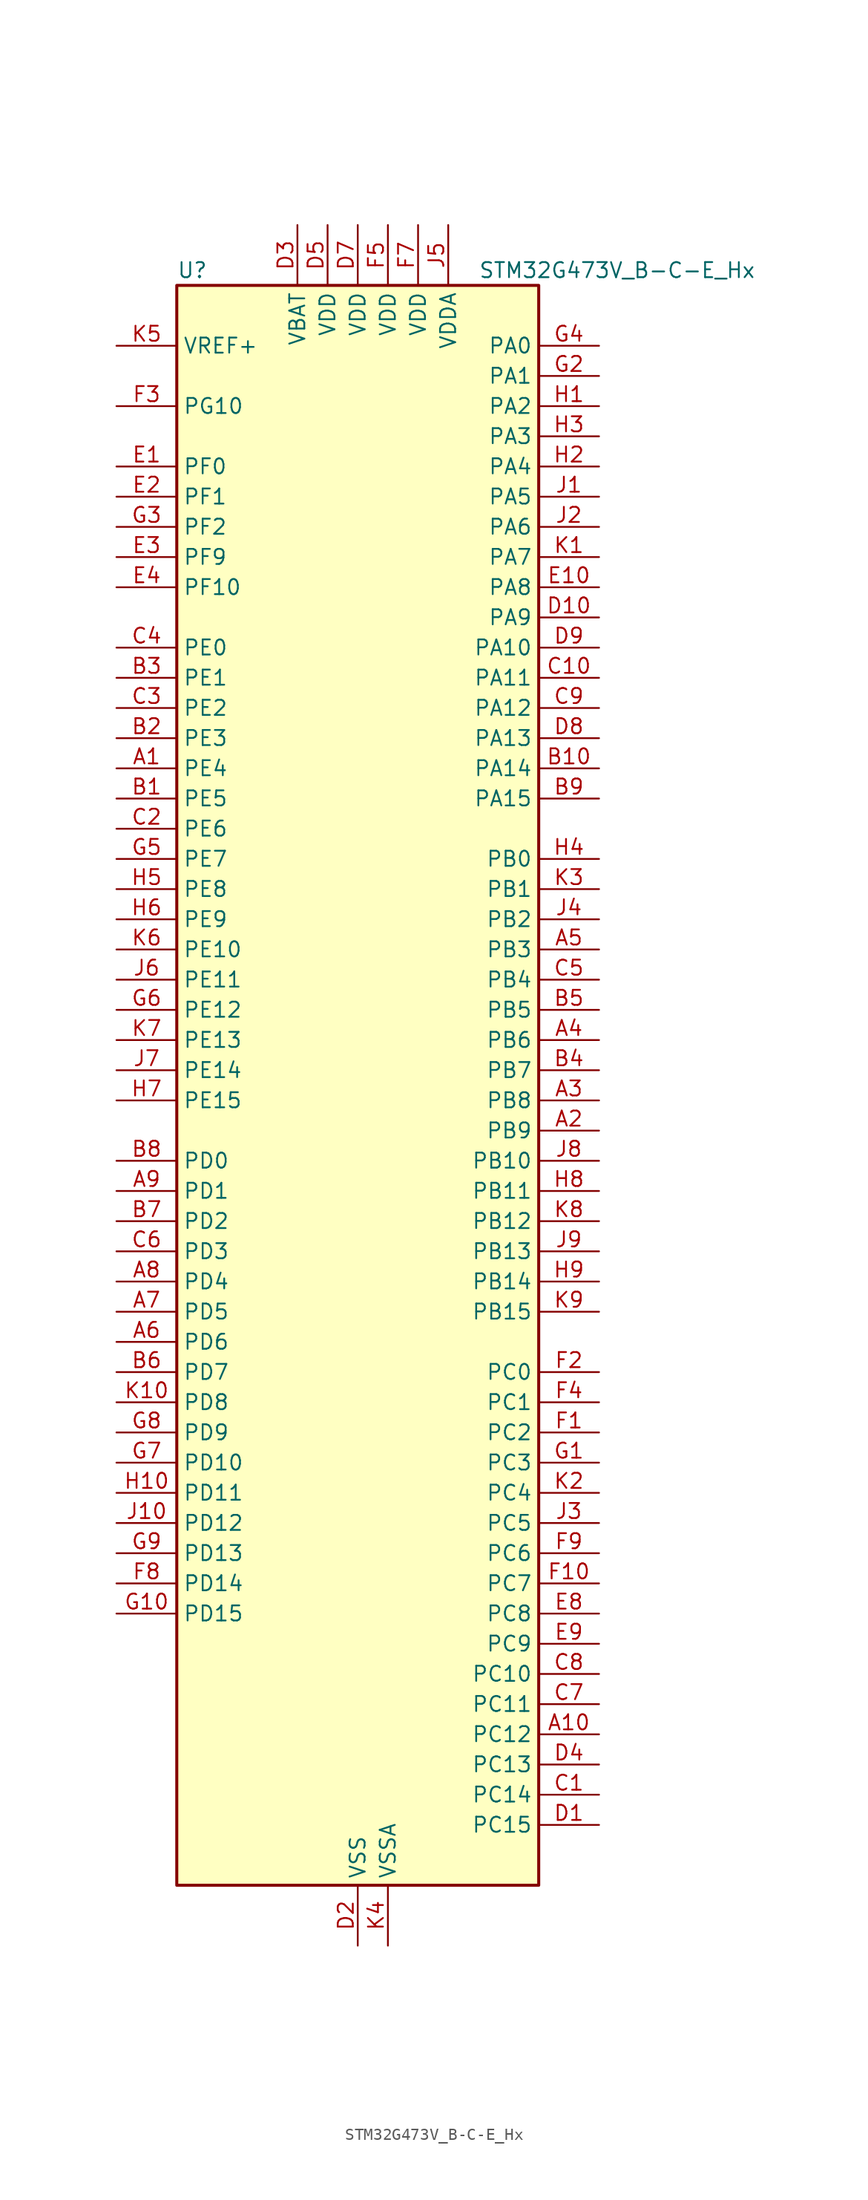
<source format=kicad_sym>
(kicad_symbol_lib
  (version 20241209)
  (generator "kicad_symbol_editor")
  (generator_version "9.0")
  (symbol "STM32G473V_B-C-E_Hx"
    (property "Reference" "U"
      (at -15.24 69.85 0)
      (effects (font (size 1.27 1.27)) (justify left)))
    (property "Value" "STM32G473V_B-C-E_Hx"
      (at 10.16 69.85 0)
      (effects (font (size 1.27 1.27)) (justify left)))
    (symbol "STM32G473V_B-C-E_Hx_0_1"
      (rectangle (start -15.24 -66.04) (end 15.24 68.58) (stroke (width 0.254) (type default)) (fill (type background))))
    (symbol "STM32G473V_B-C-E_Hx_1_1"
      (pin input line (at -20.32 63.5 0) (length 5.08) (name "VREF+" (effects (font (size 1.27 1.27)))) (number "K5" (effects (font (size 1.27 1.27)))) (alternate "VREFBUF_OUT" bidirectional line))
      (pin bidirectional line (at -20.32 58.42 0) (length 5.08) (name "PG10" (effects (font (size 1.27 1.27)))) (number "F3" (effects (font (size 1.27 1.27)))) (alternate "DAC1_EXTI10" bidirectional line) (alternate "DAC2_EXTI10" bidirectional line) (alternate "DAC3_EXTI10" bidirectional line) (alternate "DAC4_EXTI10" bidirectional line) (alternate "RCC_MCO" bidirectional line))
      (pin bidirectional line (at -20.32 53.34 0) (length 5.08) (name "PF0" (effects (font (size 1.27 1.27)))) (number "E1" (effects (font (size 1.27 1.27)))) (alternate "ADC1_IN10" bidirectional line) (alternate "I2C2_SDA" bidirectional line) (alternate "I2S2_WS" bidirectional line) (alternate "RCC_OSC_IN" bidirectional line) (alternate "SPI2_NSS" bidirectional line) (alternate "TIM1_CH3N" bidirectional line))
      (pin bidirectional line (at -20.32 50.8 0) (length 5.08) (name "PF1" (effects (font (size 1.27 1.27)))) (number "E2" (effects (font (size 1.27 1.27)))) (alternate "ADC2_IN10" bidirectional line) (alternate "COMP3_INM" bidirectional line) (alternate "I2S2_CK" bidirectional line) (alternate "RCC_OSC_OUT" bidirectional line) (alternate "SPI2_SCK" bidirectional line))
      (pin bidirectional line (at -20.32 48.26 0) (length 5.08) (name "PF2" (effects (font (size 1.27 1.27)))) (number "G3" (effects (font (size 1.27 1.27)))) (alternate "ADC3_EXTI2" bidirectional line) (alternate "ADC4_EXTI2" bidirectional line) (alternate "ADC5_EXTI2" bidirectional line) (alternate "FMC_A2" bidirectional line) (alternate "I2C2_SMBA" bidirectional line) (alternate "TIM20_CH3" bidirectional line))
      (pin bidirectional line (at -20.32 45.72 0) (length 5.08) (name "PF9" (effects (font (size 1.27 1.27)))) (number "E3" (effects (font (size 1.27 1.27)))) (alternate "DAC1_EXTI9" bidirectional line) (alternate "DAC2_EXTI9" bidirectional line) (alternate "DAC3_EXTI9" bidirectional line) (alternate "DAC4_EXTI9" bidirectional line) (alternate "FMC_A25" bidirectional line) (alternate "QUADSPI1_BK1_IO1" bidirectional line) (alternate "SAI1_FS_B" bidirectional line) (alternate "SPI2_SCK" bidirectional line) (alternate "TIM15_CH1" bidirectional line) (alternate "TIM20_BKIN" bidirectional line) (alternate "TIM5_CH4" bidirectional line))
      (pin bidirectional line (at -20.32 43.18 0) (length 5.08) (name "PF10" (effects (font (size 1.27 1.27)))) (number "E4" (effects (font (size 1.27 1.27)))) (alternate "DAC1_EXTI10" bidirectional line) (alternate "DAC2_EXTI10" bidirectional line) (alternate "DAC3_EXTI10" bidirectional line) (alternate "DAC4_EXTI10" bidirectional line) (alternate "FMC_A0" bidirectional line) (alternate "QUADSPI1_CLK" bidirectional line) (alternate "SAI1_D3" bidirectional line) (alternate "SPI2_SCK" bidirectional line) (alternate "TIM15_CH2" bidirectional line) (alternate "TIM20_BKIN2" bidirectional line))
      (pin bidirectional line (at -20.32 38.1 0) (length 5.08) (name "PE0" (effects (font (size 1.27 1.27)))) (number "C4" (effects (font (size 1.27 1.27)))) (alternate "FMC_NBL0" bidirectional line) (alternate "TIM16_CH1" bidirectional line) (alternate "TIM20_CH4N" bidirectional line) (alternate "TIM20_ETR" bidirectional line) (alternate "TIM4_ETR" bidirectional line) (alternate "USART1_TX" bidirectional line))
      (pin bidirectional line (at -20.32 35.56 0) (length 5.08) (name "PE1" (effects (font (size 1.27 1.27)))) (number "B3" (effects (font (size 1.27 1.27)))) (alternate "FMC_NBL1" bidirectional line) (alternate "TIM17_CH1" bidirectional line) (alternate "TIM20_CH4" bidirectional line) (alternate "USART1_RX" bidirectional line))
      (pin bidirectional line (at -20.32 33.02 0) (length 5.08) (name "PE2" (effects (font (size 1.27 1.27)))) (number "C3" (effects (font (size 1.27 1.27)))) (alternate "ADC3_EXTI2" bidirectional line) (alternate "ADC4_EXTI2" bidirectional line) (alternate "ADC5_EXTI2" bidirectional line) (alternate "FMC_A23" bidirectional line) (alternate "SAI1_CK1" bidirectional line) (alternate "SAI1_MCLK_A" bidirectional line) (alternate "SPI4_SCK" bidirectional line) (alternate "SYS_TRACECLK" bidirectional line) (alternate "TIM20_CH1" bidirectional line) (alternate "TIM3_CH1" bidirectional line))
      (pin bidirectional line (at -20.32 30.48 0) (length 5.08) (name "PE3" (effects (font (size 1.27 1.27)))) (number "B2" (effects (font (size 1.27 1.27)))) (alternate "ADC3_EXTI3" bidirectional line) (alternate "ADC4_EXTI3" bidirectional line) (alternate "ADC5_EXTI3" bidirectional line) (alternate "FMC_A19" bidirectional line) (alternate "SAI1_SD_B" bidirectional line) (alternate "SPI4_NSS" bidirectional line) (alternate "SYS_TRACED0" bidirectional line) (alternate "TIM20_CH2" bidirectional line) (alternate "TIM3_CH2" bidirectional line))
      (pin bidirectional line (at -20.32 27.94 0) (length 5.08) (name "PE4" (effects (font (size 1.27 1.27)))) (number "A1" (effects (font (size 1.27 1.27)))) (alternate "FMC_A20" bidirectional line) (alternate "SAI1_D2" bidirectional line) (alternate "SAI1_FS_A" bidirectional line) (alternate "SPI4_NSS" bidirectional line) (alternate "SYS_TRACED1" bidirectional line) (alternate "TIM20_CH1N" bidirectional line) (alternate "TIM3_CH3" bidirectional line))
      (pin bidirectional line (at -20.32 25.4 0) (length 5.08) (name "PE5" (effects (font (size 1.27 1.27)))) (number "B1" (effects (font (size 1.27 1.27)))) (alternate "FMC_A21" bidirectional line) (alternate "SAI1_CK2" bidirectional line) (alternate "SAI1_SCK_A" bidirectional line) (alternate "SPI4_MISO" bidirectional line) (alternate "SYS_TRACED2" bidirectional line) (alternate "TIM20_CH2N" bidirectional line) (alternate "TIM3_CH4" bidirectional line))
      (pin bidirectional line (at -20.32 22.86 0) (length 5.08) (name "PE6" (effects (font (size 1.27 1.27)))) (number "C2" (effects (font (size 1.27 1.27)))) (alternate "FMC_A22" bidirectional line) (alternate "RTC_TAMP3" bidirectional line) (alternate "SAI1_D1" bidirectional line) (alternate "SAI1_SD_A" bidirectional line) (alternate "SPI4_MOSI" bidirectional line) (alternate "SYS_TRACED3" bidirectional line) (alternate "SYS_WKUP3" bidirectional line) (alternate "TIM20_CH3N" bidirectional line))
      (pin bidirectional line (at -20.32 20.32 0) (length 5.08) (name "PE7" (effects (font (size 1.27 1.27)))) (number "G5" (effects (font (size 1.27 1.27)))) (alternate "ADC3_IN4" bidirectional line) (alternate "COMP4_INP" bidirectional line) (alternate "FMC_D4" bidirectional line) (alternate "FMC_DA4" bidirectional line) (alternate "SAI1_SD_B" bidirectional line) (alternate "TIM1_ETR" bidirectional line))
      (pin bidirectional line (at -20.32 17.78 0) (length 5.08) (name "PE8" (effects (font (size 1.27 1.27)))) (number "H5" (effects (font (size 1.27 1.27)))) (alternate "ADC3_IN6" bidirectional line) (alternate "ADC4_IN6" bidirectional line) (alternate "ADC5_IN6" bidirectional line) (alternate "COMP4_INM" bidirectional line) (alternate "FMC_D5" bidirectional line) (alternate "FMC_DA5" bidirectional line) (alternate "SAI1_SCK_B" bidirectional line) (alternate "TIM1_CH1N" bidirectional line) (alternate "TIM5_CH3" bidirectional line))
      (pin bidirectional line (at -20.32 15.24 0) (length 5.08) (name "PE9" (effects (font (size 1.27 1.27)))) (number "H6" (effects (font (size 1.27 1.27)))) (alternate "ADC3_IN2" bidirectional line) (alternate "DAC1_EXTI9" bidirectional line) (alternate "DAC2_EXTI9" bidirectional line) (alternate "DAC3_EXTI9" bidirectional line) (alternate "DAC4_EXTI9" bidirectional line) (alternate "FMC_D6" bidirectional line) (alternate "FMC_DA6" bidirectional line) (alternate "SAI1_FS_B" bidirectional line) (alternate "TIM1_CH1" bidirectional line) (alternate "TIM5_CH4" bidirectional line))
      (pin bidirectional line (at -20.32 12.7 0) (length 5.08) (name "PE10" (effects (font (size 1.27 1.27)))) (number "K6" (effects (font (size 1.27 1.27)))) (alternate "ADC3_IN14" bidirectional line) (alternate "ADC4_IN14" bidirectional line) (alternate "ADC5_IN14" bidirectional line) (alternate "DAC1_EXTI10" bidirectional line) (alternate "DAC2_EXTI10" bidirectional line) (alternate "DAC3_EXTI10" bidirectional line) (alternate "DAC4_EXTI10" bidirectional line) (alternate "FMC_D7" bidirectional line) (alternate "FMC_DA7" bidirectional line) (alternate "QUADSPI1_CLK" bidirectional line) (alternate "SAI1_MCLK_B" bidirectional line) (alternate "TIM1_CH2N" bidirectional line))
      (pin bidirectional line (at -20.32 10.16 0) (length 5.08) (name "PE11" (effects (font (size 1.27 1.27)))) (number "J6" (effects (font (size 1.27 1.27)))) (alternate "ADC1_EXTI11" bidirectional line) (alternate "ADC2_EXTI11" bidirectional line) (alternate "ADC3_IN15" bidirectional line) (alternate "ADC4_IN15" bidirectional line) (alternate "ADC5_IN15" bidirectional line) (alternate "FMC_D8" bidirectional line) (alternate "FMC_DA8" bidirectional line) (alternate "QUADSPI1_BK1_NCS" bidirectional line) (alternate "SPI4_NSS" bidirectional line) (alternate "TIM1_CH2" bidirectional line))
      (pin bidirectional line (at -20.32 7.62 0) (length 5.08) (name "PE12" (effects (font (size 1.27 1.27)))) (number "G6" (effects (font (size 1.27 1.27)))) (alternate "ADC3_IN16" bidirectional line) (alternate "ADC4_IN16" bidirectional line) (alternate "ADC5_IN16" bidirectional line) (alternate "FMC_D9" bidirectional line) (alternate "FMC_DA9" bidirectional line) (alternate "QUADSPI1_BK1_IO0" bidirectional line) (alternate "SPI4_SCK" bidirectional line) (alternate "TIM1_CH3N" bidirectional line))
      (pin bidirectional line (at -20.32 5.08 0) (length 5.08) (name "PE13" (effects (font (size 1.27 1.27)))) (number "K7" (effects (font (size 1.27 1.27)))) (alternate "ADC3_IN3" bidirectional line) (alternate "FMC_D10" bidirectional line) (alternate "FMC_DA10" bidirectional line) (alternate "QUADSPI1_BK1_IO1" bidirectional line) (alternate "SPI4_MISO" bidirectional line) (alternate "TIM1_CH3" bidirectional line))
      (pin bidirectional line (at -20.32 2.54 0) (length 5.08) (name "PE14" (effects (font (size 1.27 1.27)))) (number "J7" (effects (font (size 1.27 1.27)))) (alternate "ADC4_IN1" bidirectional line) (alternate "FMC_D11" bidirectional line) (alternate "FMC_DA11" bidirectional line) (alternate "QUADSPI1_BK1_IO2" bidirectional line) (alternate "SPI4_MOSI" bidirectional line) (alternate "TIM1_BKIN2" bidirectional line) (alternate "TIM1_CH4" bidirectional line))
      (pin bidirectional line (at -20.32 0 0) (length 5.08) (name "PE15" (effects (font (size 1.27 1.27)))) (number "H7" (effects (font (size 1.27 1.27)))) (alternate "ADC1_EXTI15" bidirectional line) (alternate "ADC2_EXTI15" bidirectional line) (alternate "ADC4_IN2" bidirectional line) (alternate "FMC_D12" bidirectional line) (alternate "FMC_DA12" bidirectional line) (alternate "QUADSPI1_BK1_IO3" bidirectional line) (alternate "TIM1_BKIN" bidirectional line) (alternate "TIM1_CH4N" bidirectional line) (alternate "USART3_RX" bidirectional line))
      (pin bidirectional line (at -20.32 -5.08 0) (length 5.08) (name "PD0" (effects (font (size 1.27 1.27)))) (number "B8" (effects (font (size 1.27 1.27)))) (alternate "FDCAN1_RX" bidirectional line) (alternate "FMC_D2" bidirectional line) (alternate "FMC_DA2" bidirectional line) (alternate "TIM8_CH4N" bidirectional line))
      (pin bidirectional line (at -20.32 -7.62 0) (length 5.08) (name "PD1" (effects (font (size 1.27 1.27)))) (number "A9" (effects (font (size 1.27 1.27)))) (alternate "FDCAN1_TX" bidirectional line) (alternate "FMC_D3" bidirectional line) (alternate "FMC_DA3" bidirectional line) (alternate "TIM8_BKIN2" bidirectional line) (alternate "TIM8_CH4" bidirectional line))
      (pin bidirectional line (at -20.32 -10.16 0) (length 5.08) (name "PD2" (effects (font (size 1.27 1.27)))) (number "B7" (effects (font (size 1.27 1.27)))) (alternate "ADC3_EXTI2" bidirectional line) (alternate "ADC4_EXTI2" bidirectional line) (alternate "ADC5_EXTI2" bidirectional line) (alternate "TIM3_ETR" bidirectional line) (alternate "TIM8_BKIN" bidirectional line) (alternate "UART5_RX" bidirectional line))
      (pin bidirectional line (at -20.32 -12.7 0) (length 5.08) (name "PD3" (effects (font (size 1.27 1.27)))) (number "C6" (effects (font (size 1.27 1.27)))) (alternate "ADC3_EXTI3" bidirectional line) (alternate "ADC4_EXTI3" bidirectional line) (alternate "ADC5_EXTI3" bidirectional line) (alternate "FMC_CLK" bidirectional line) (alternate "QUADSPI1_BK2_NCS" bidirectional line) (alternate "TIM2_CH1" bidirectional line) (alternate "TIM2_ETR" bidirectional line) (alternate "USART2_CTS" bidirectional line) (alternate "USART2_NSS" bidirectional line))
      (pin bidirectional line (at -20.32 -15.24 0) (length 5.08) (name "PD4" (effects (font (size 1.27 1.27)))) (number "A8" (effects (font (size 1.27 1.27)))) (alternate "FMC_NOE" bidirectional line) (alternate "QUADSPI1_BK2_IO0" bidirectional line) (alternate "TIM2_CH2" bidirectional line) (alternate "USART2_DE" bidirectional line) (alternate "USART2_RTS" bidirectional line))
      (pin bidirectional line (at -20.32 -17.78 0) (length 5.08) (name "PD5" (effects (font (size 1.27 1.27)))) (number "A7" (effects (font (size 1.27 1.27)))) (alternate "FMC_NWE" bidirectional line) (alternate "QUADSPI1_BK2_IO1" bidirectional line) (alternate "USART2_TX" bidirectional line))
      (pin bidirectional line (at -20.32 -20.32 0) (length 5.08) (name "PD6" (effects (font (size 1.27 1.27)))) (number "A6" (effects (font (size 1.27 1.27)))) (alternate "FMC_NWAIT" bidirectional line) (alternate "QUADSPI1_BK2_IO2" bidirectional line) (alternate "SAI1_D1" bidirectional line) (alternate "SAI1_SD_A" bidirectional line) (alternate "TIM2_CH4" bidirectional line) (alternate "USART2_RX" bidirectional line))
      (pin bidirectional line (at -20.32 -22.86 0) (length 5.08) (name "PD7" (effects (font (size 1.27 1.27)))) (number "B6" (effects (font (size 1.27 1.27)))) (alternate "FMC_NCE" bidirectional line) (alternate "FMC_NE1" bidirectional line) (alternate "QUADSPI1_BK2_IO3" bidirectional line) (alternate "TIM2_CH3" bidirectional line) (alternate "USART2_CK" bidirectional line))
      (pin bidirectional line (at -20.32 -25.4 0) (length 5.08) (name "PD8" (effects (font (size 1.27 1.27)))) (number "K10" (effects (font (size 1.27 1.27)))) (alternate "ADC4_IN12" bidirectional line) (alternate "ADC5_IN12" bidirectional line) (alternate "FMC_D13" bidirectional line) (alternate "FMC_DA13" bidirectional line) (alternate "OPAMP4_VINM" bidirectional line) (alternate "OPAMP4_VINM1" bidirectional line) (alternate "OPAMP4_VINM_SEC" bidirectional line) (alternate "USART3_TX" bidirectional line))
      (pin bidirectional line (at -20.32 -27.94 0) (length 5.08) (name "PD9" (effects (font (size 1.27 1.27)))) (number "G8" (effects (font (size 1.27 1.27)))) (alternate "ADC4_IN13" bidirectional line) (alternate "ADC5_IN13" bidirectional line) (alternate "DAC1_EXTI9" bidirectional line) (alternate "DAC2_EXTI9" bidirectional line) (alternate "DAC3_EXTI9" bidirectional line) (alternate "DAC4_EXTI9" bidirectional line) (alternate "FMC_D14" bidirectional line) (alternate "FMC_DA14" bidirectional line) (alternate "OPAMP6_VINP" bidirectional line) (alternate "OPAMP6_VINP_SEC" bidirectional line) (alternate "USART3_RX" bidirectional line))
      (pin bidirectional line (at -20.32 -30.48 0) (length 5.08) (name "PD10" (effects (font (size 1.27 1.27)))) (number "G7" (effects (font (size 1.27 1.27)))) (alternate "ADC3_IN7" bidirectional line) (alternate "ADC4_IN7" bidirectional line) (alternate "ADC5_IN7" bidirectional line) (alternate "COMP6_INM" bidirectional line) (alternate "DAC1_EXTI10" bidirectional line) (alternate "DAC2_EXTI10" bidirectional line) (alternate "DAC3_EXTI10" bidirectional line) (alternate "DAC4_EXTI10" bidirectional line) (alternate "FMC_D15" bidirectional line) (alternate "FMC_DA15" bidirectional line) (alternate "USART3_CK" bidirectional line))
      (pin bidirectional line (at -20.32 -33.02 0) (length 5.08) (name "PD11" (effects (font (size 1.27 1.27)))) (number "H10" (effects (font (size 1.27 1.27)))) (alternate "ADC1_EXTI11" bidirectional line) (alternate "ADC2_EXTI11" bidirectional line) (alternate "ADC3_IN8" bidirectional line) (alternate "ADC4_IN8" bidirectional line) (alternate "ADC5_IN8" bidirectional line) (alternate "COMP6_INP" bidirectional line) (alternate "FMC_A16" bidirectional line) (alternate "FMC_CLE" bidirectional line) (alternate "I2C4_SMBA" bidirectional line) (alternate "OPAMP4_VINP" bidirectional line) (alternate "OPAMP4_VINP_SEC" bidirectional line) (alternate "TIM5_ETR" bidirectional line) (alternate "USART3_CTS" bidirectional line) (alternate "USART3_NSS" bidirectional line))
      (pin bidirectional line (at -20.32 -35.56 0) (length 5.08) (name "PD12" (effects (font (size 1.27 1.27)))) (number "J10" (effects (font (size 1.27 1.27)))) (alternate "ADC3_IN9" bidirectional line) (alternate "ADC4_IN9" bidirectional line) (alternate "ADC5_IN9" bidirectional line) (alternate "COMP5_INP" bidirectional line) (alternate "FMC_A17" bidirectional line) (alternate "FMC_ALE" bidirectional line) (alternate "OPAMP5_VINP" bidirectional line) (alternate "OPAMP5_VINP_SEC" bidirectional line) (alternate "TIM4_CH1" bidirectional line) (alternate "USART3_DE" bidirectional line) (alternate "USART3_RTS" bidirectional line))
      (pin bidirectional line (at -20.32 -38.1 0) (length 5.08) (name "PD13" (effects (font (size 1.27 1.27)))) (number "G9" (effects (font (size 1.27 1.27)))) (alternate "ADC3_IN10" bidirectional line) (alternate "ADC4_IN10" bidirectional line) (alternate "ADC5_IN10" bidirectional line) (alternate "COMP5_INM" bidirectional line) (alternate "FMC_A18" bidirectional line) (alternate "TIM4_CH2" bidirectional line))
      (pin bidirectional line (at -20.32 -40.64 0) (length 5.08) (name "PD14" (effects (font (size 1.27 1.27)))) (number "F8" (effects (font (size 1.27 1.27)))) (alternate "ADC3_IN11" bidirectional line) (alternate "ADC4_IN11" bidirectional line) (alternate "ADC5_IN11" bidirectional line) (alternate "COMP7_INP" bidirectional line) (alternate "FMC_D0" bidirectional line) (alternate "FMC_DA0" bidirectional line) (alternate "OPAMP2_VINP" bidirectional line) (alternate "OPAMP2_VINP_SEC" bidirectional line) (alternate "TIM4_CH3" bidirectional line))
      (pin bidirectional line (at -20.32 -43.18 0) (length 5.08) (name "PD15" (effects (font (size 1.27 1.27)))) (number "G10" (effects (font (size 1.27 1.27)))) (alternate "ADC1_EXTI15" bidirectional line) (alternate "ADC2_EXTI15" bidirectional line) (alternate "COMP7_INM" bidirectional line) (alternate "FMC_D1" bidirectional line) (alternate "FMC_DA1" bidirectional line) (alternate "SPI2_NSS" bidirectional line) (alternate "TIM4_CH4" bidirectional line))
      (pin power_in line (at -5.08 73.66 270) (length 5.08) (name "VBAT" (effects (font (size 1.27 1.27)))) (number "D3" (effects (font (size 1.27 1.27)))))
      (pin power_in line (at -2.54 73.66 270) (length 5.08) (name "VDD" (effects (font (size 1.27 1.27)))) (number "D5" (effects (font (size 1.27 1.27)))))
      (pin power_in line (at 0 73.66 270) (length 5.08) (name "VDD" (effects (font (size 1.27 1.27)))) (number "D7" (effects (font (size 1.27 1.27)))))
      (pin power_in line (at 0 -71.12 90) (length 5.08) (name "VSS" (effects (font (size 1.27 1.27)))) (number "D2" (effects (font (size 1.27 1.27)))))
      (pin passive line (at 0 -71.12 90) (length 5.08) (hide yes) (name "VSS" (effects (font (size 1.27 1.27)))) (number "D6" (effects (font (size 1.27 1.27)))))
      (pin passive line (at 0 -71.12 90) (length 5.08) (hide yes) (name "VSS" (effects (font (size 1.27 1.27)))) (number "E5" (effects (font (size 1.27 1.27)))))
      (pin passive line (at 0 -71.12 90) (length 5.08) (hide yes) (name "VSS" (effects (font (size 1.27 1.27)))) (number "E6" (effects (font (size 1.27 1.27)))))
      (pin passive line (at 0 -71.12 90) (length 5.08) (hide yes) (name "VSS" (effects (font (size 1.27 1.27)))) (number "E7" (effects (font (size 1.27 1.27)))))
      (pin passive line (at 0 -71.12 90) (length 5.08) (hide yes) (name "VSS" (effects (font (size 1.27 1.27)))) (number "F6" (effects (font (size 1.27 1.27)))))
      (pin power_in line (at 2.54 73.66 270) (length 5.08) (name "VDD" (effects (font (size 1.27 1.27)))) (number "F5" (effects (font (size 1.27 1.27)))))
      (pin power_in line (at 2.54 -71.12 90) (length 5.08) (name "VSSA" (effects (font (size 1.27 1.27)))) (number "K4" (effects (font (size 1.27 1.27)))))
      (pin power_in line (at 5.08 73.66 270) (length 5.08) (name "VDD" (effects (font (size 1.27 1.27)))) (number "F7" (effects (font (size 1.27 1.27)))))
      (pin power_in line (at 7.62 73.66 270) (length 5.08) (name "VDDA" (effects (font (size 1.27 1.27)))) (number "J5" (effects (font (size 1.27 1.27)))))
      (pin bidirectional line (at 20.32 63.5 180) (length 5.08) (name "PA0" (effects (font (size 1.27 1.27)))) (number "G4" (effects (font (size 1.27 1.27)))) (alternate "ADC1_IN1" bidirectional line) (alternate "ADC2_IN1" bidirectional line) (alternate "COMP1_INM" bidirectional line) (alternate "COMP1_OUT" bidirectional line) (alternate "COMP3_INP" bidirectional line) (alternate "RTC_TAMP2" bidirectional line) (alternate "SYS_WKUP1" bidirectional line) (alternate "TIM2_CH1" bidirectional line) (alternate "TIM2_ETR" bidirectional line) (alternate "TIM5_CH1" bidirectional line) (alternate "TIM8_BKIN" bidirectional line) (alternate "TIM8_ETR" bidirectional line) (alternate "USART2_CTS" bidirectional line) (alternate "USART2_NSS" bidirectional line))
      (pin bidirectional line (at 20.32 60.96 180) (length 5.08) (name "PA1" (effects (font (size 1.27 1.27)))) (number "G2" (effects (font (size 1.27 1.27)))) (alternate "ADC1_IN2" bidirectional line) (alternate "ADC2_IN2" bidirectional line) (alternate "COMP1_INP" bidirectional line) (alternate "OPAMP1_VINP" bidirectional line) (alternate "OPAMP1_VINP_SEC" bidirectional line) (alternate "OPAMP3_VINP" bidirectional line) (alternate "OPAMP3_VINP_SEC" bidirectional line) (alternate "OPAMP6_VINM" bidirectional line) (alternate "OPAMP6_VINM0" bidirectional line) (alternate "OPAMP6_VINM_SEC" bidirectional line) (alternate "RTC_REFIN" bidirectional line) (alternate "TIM15_CH1N" bidirectional line) (alternate "TIM2_CH2" bidirectional line) (alternate "TIM5_CH2" bidirectional line) (alternate "USART2_DE" bidirectional line) (alternate "USART2_RTS" bidirectional line))
      (pin bidirectional line (at 20.32 58.42 180) (length 5.08) (name "PA2" (effects (font (size 1.27 1.27)))) (number "H1" (effects (font (size 1.27 1.27)))) (alternate "ADC1_IN3" bidirectional line) (alternate "ADC3_EXTI2" bidirectional line) (alternate "ADC4_EXTI2" bidirectional line) (alternate "ADC5_EXTI2" bidirectional line) (alternate "COMP2_INM" bidirectional line) (alternate "COMP2_OUT" bidirectional line) (alternate "LPUART1_TX" bidirectional line) (alternate "OPAMP1_VOUT" bidirectional line) (alternate "QUADSPI1_BK1_NCS" bidirectional line) (alternate "RCC_LSCO" bidirectional line) (alternate "SYS_WKUP4" bidirectional line) (alternate "TIM15_CH1" bidirectional line) (alternate "TIM2_CH3" bidirectional line) (alternate "TIM5_CH3" bidirectional line) (alternate "UCPD1_FRSTX1" bidirectional line) (alternate "UCPD1_FRSTX2" bidirectional line) (alternate "USART2_TX" bidirectional line))
      (pin bidirectional line (at 20.32 55.88 180) (length 5.08) (name "PA3" (effects (font (size 1.27 1.27)))) (number "H3" (effects (font (size 1.27 1.27)))) (alternate "ADC1_IN4" bidirectional line) (alternate "ADC3_EXTI3" bidirectional line) (alternate "ADC4_EXTI3" bidirectional line) (alternate "ADC5_EXTI3" bidirectional line) (alternate "COMP2_INP" bidirectional line) (alternate "LPUART1_RX" bidirectional line) (alternate "OPAMP1_VINM" bidirectional line) (alternate "OPAMP1_VINM0" bidirectional line) (alternate "OPAMP1_VINM_SEC" bidirectional line) (alternate "OPAMP1_VINP" bidirectional line) (alternate "OPAMP1_VINP_SEC" bidirectional line) (alternate "OPAMP5_VINM" bidirectional line) (alternate "OPAMP5_VINM1" bidirectional line) (alternate "OPAMP5_VINM_SEC" bidirectional line) (alternate "QUADSPI1_CLK" bidirectional line) (alternate "SAI1_CK1" bidirectional line) (alternate "SAI1_MCLK_A" bidirectional line) (alternate "TIM15_CH2" bidirectional line) (alternate "TIM2_CH4" bidirectional line) (alternate "TIM5_CH4" bidirectional line) (alternate "USART2_RX" bidirectional line))
      (pin bidirectional line (at 20.32 53.34 180) (length 5.08) (name "PA4" (effects (font (size 1.27 1.27)))) (number "H2" (effects (font (size 1.27 1.27)))) (alternate "ADC2_IN17" bidirectional line) (alternate "COMP1_INM" bidirectional line) (alternate "DAC1_OUT1" bidirectional line) (alternate "I2S3_WS" bidirectional line) (alternate "SAI1_FS_B" bidirectional line) (alternate "SPI1_NSS" bidirectional line) (alternate "SPI3_NSS" bidirectional line) (alternate "TIM3_CH2" bidirectional line) (alternate "USART2_CK" bidirectional line))
      (pin bidirectional line (at 20.32 50.8 180) (length 5.08) (name "PA5" (effects (font (size 1.27 1.27)))) (number "J1" (effects (font (size 1.27 1.27)))) (alternate "ADC2_IN13" bidirectional line) (alternate "COMP2_INM" bidirectional line) (alternate "DAC1_OUT2" bidirectional line) (alternate "OPAMP2_VINM" bidirectional line) (alternate "OPAMP2_VINM0" bidirectional line) (alternate "OPAMP2_VINM_SEC" bidirectional line) (alternate "SPI1_SCK" bidirectional line) (alternate "TIM2_CH1" bidirectional line) (alternate "TIM2_ETR" bidirectional line) (alternate "UCPD1_FRSTX1" bidirectional line) (alternate "UCPD1_FRSTX2" bidirectional line))
      (pin bidirectional line (at 20.32 48.26 180) (length 5.08) (name "PA6" (effects (font (size 1.27 1.27)))) (number "J2" (effects (font (size 1.27 1.27)))) (alternate "ADC2_IN3" bidirectional line) (alternate "COMP1_OUT" bidirectional line) (alternate "DAC2_OUT1" bidirectional line) (alternate "LPUART1_CTS" bidirectional line) (alternate "OPAMP2_VOUT" bidirectional line) (alternate "QUADSPI1_BK1_IO3" bidirectional line) (alternate "SPI1_MISO" bidirectional line) (alternate "TIM16_CH1" bidirectional line) (alternate "TIM1_BKIN" bidirectional line) (alternate "TIM3_CH1" bidirectional line) (alternate "TIM8_BKIN" bidirectional line))
      (pin bidirectional line (at 20.32 45.72 180) (length 5.08) (name "PA7" (effects (font (size 1.27 1.27)))) (number "K1" (effects (font (size 1.27 1.27)))) (alternate "ADC2_IN4" bidirectional line) (alternate "COMP2_INP" bidirectional line) (alternate "COMP2_OUT" bidirectional line) (alternate "OPAMP1_VINP" bidirectional line) (alternate "OPAMP1_VINP_SEC" bidirectional line) (alternate "OPAMP2_VINP" bidirectional line) (alternate "OPAMP2_VINP_SEC" bidirectional line) (alternate "QUADSPI1_BK1_IO2" bidirectional line) (alternate "SPI1_MOSI" bidirectional line) (alternate "TIM17_CH1" bidirectional line) (alternate "TIM1_CH1N" bidirectional line) (alternate "TIM3_CH2" bidirectional line) (alternate "TIM8_CH1N" bidirectional line) (alternate "UCPD1_FRSTX1" bidirectional line) (alternate "UCPD1_FRSTX2" bidirectional line))
      (pin bidirectional line (at 20.32 43.18 180) (length 5.08) (name "PA8" (effects (font (size 1.27 1.27)))) (number "E10" (effects (font (size 1.27 1.27)))) (alternate "ADC5_IN1" bidirectional line) (alternate "COMP7_OUT" bidirectional line) (alternate "FDCAN3_RX" bidirectional line) (alternate "I2C2_SDA" bidirectional line) (alternate "I2C3_SCL" bidirectional line) (alternate "I2S2_MCK" bidirectional line) (alternate "OPAMP5_VOUT" bidirectional line) (alternate "RCC_MCO" bidirectional line) (alternate "SAI1_CK2" bidirectional line) (alternate "SAI1_SCK_A" bidirectional line) (alternate "TIM1_CH1" bidirectional line) (alternate "TIM4_ETR" bidirectional line) (alternate "USART1_CK" bidirectional line))
      (pin bidirectional line (at 20.32 40.64 180) (length 5.08) (name "PA9" (effects (font (size 1.27 1.27)))) (number "D10" (effects (font (size 1.27 1.27)))) (alternate "ADC5_IN2" bidirectional line) (alternate "COMP5_OUT" bidirectional line) (alternate "DAC1_EXTI9" bidirectional line) (alternate "DAC2_EXTI9" bidirectional line) (alternate "DAC3_EXTI9" bidirectional line) (alternate "DAC4_EXTI9" bidirectional line) (alternate "I2C2_SCL" bidirectional line) (alternate "I2C3_SMBA" bidirectional line) (alternate "I2S3_MCK" bidirectional line) (alternate "SAI1_FS_A" bidirectional line) (alternate "TIM15_BKIN" bidirectional line) (alternate "TIM1_CH2" bidirectional line) (alternate "TIM2_CH3" bidirectional line) (alternate "UCPD1_DBCC1" bidirectional line) (alternate "USART1_TX" bidirectional line))
      (pin bidirectional line (at 20.32 38.1 180) (length 5.08) (name "PA10" (effects (font (size 1.27 1.27)))) (number "D9" (effects (font (size 1.27 1.27)))) (alternate "COMP6_OUT" bidirectional line) (alternate "CRS_SYNC" bidirectional line) (alternate "DAC1_EXTI10" bidirectional line) (alternate "DAC2_EXTI10" bidirectional line) (alternate "DAC3_EXTI10" bidirectional line) (alternate "DAC4_EXTI10" bidirectional line) (alternate "I2C2_SMBA" bidirectional line) (alternate "SAI1_D1" bidirectional line) (alternate "SAI1_SD_A" bidirectional line) (alternate "SPI2_MISO" bidirectional line) (alternate "TIM17_BKIN" bidirectional line) (alternate "TIM1_CH3" bidirectional line) (alternate "TIM2_CH4" bidirectional line) (alternate "TIM8_BKIN" bidirectional line) (alternate "UCPD1_DBCC2" bidirectional line) (alternate "USART1_RX" bidirectional line))
      (pin bidirectional line (at 20.32 35.56 180) (length 5.08) (name "PA11" (effects (font (size 1.27 1.27)))) (number "C10" (effects (font (size 1.27 1.27)))) (alternate "ADC1_EXTI11" bidirectional line) (alternate "ADC2_EXTI11" bidirectional line) (alternate "COMP1_OUT" bidirectional line) (alternate "FDCAN1_RX" bidirectional line) (alternate "I2S2_SD" bidirectional line) (alternate "SPI2_MOSI" bidirectional line) (alternate "TIM1_BKIN2" bidirectional line) (alternate "TIM1_CH1N" bidirectional line) (alternate "TIM1_CH4" bidirectional line) (alternate "TIM4_CH1" bidirectional line) (alternate "USART1_CTS" bidirectional line) (alternate "USART1_NSS" bidirectional line) (alternate "USB_DM" bidirectional line))
      (pin bidirectional line (at 20.32 33.02 180) (length 5.08) (name "PA12" (effects (font (size 1.27 1.27)))) (number "C9" (effects (font (size 1.27 1.27)))) (alternate "COMP2_OUT" bidirectional line) (alternate "FDCAN1_TX" bidirectional line) (alternate "I2S_CKIN" bidirectional line) (alternate "TIM16_CH1" bidirectional line) (alternate "TIM1_CH2N" bidirectional line) (alternate "TIM1_ETR" bidirectional line) (alternate "TIM4_CH2" bidirectional line) (alternate "USART1_DE" bidirectional line) (alternate "USART1_RTS" bidirectional line) (alternate "USB_DP" bidirectional line))
      (pin bidirectional line (at 20.32 30.48 180) (length 5.08) (name "PA13" (effects (font (size 1.27 1.27)))) (number "D8" (effects (font (size 1.27 1.27)))) (alternate "I2C1_SCL" bidirectional line) (alternate "I2C4_SCL" bidirectional line) (alternate "IR_OUT" bidirectional line) (alternate "SAI1_SD_B" bidirectional line) (alternate "SYS_JTMS-SWDIO" bidirectional line) (alternate "TIM16_CH1N" bidirectional line) (alternate "TIM4_CH3" bidirectional line) (alternate "USART3_CTS" bidirectional line) (alternate "USART3_NSS" bidirectional line))
      (pin bidirectional line (at 20.32 27.94 180) (length 5.08) (name "PA14" (effects (font (size 1.27 1.27)))) (number "B10" (effects (font (size 1.27 1.27)))) (alternate "I2C1_SDA" bidirectional line) (alternate "I2C4_SMBA" bidirectional line) (alternate "LPTIM1_OUT" bidirectional line) (alternate "SAI1_FS_B" bidirectional line) (alternate "SYS_JTCK-SWCLK" bidirectional line) (alternate "TIM1_BKIN" bidirectional line) (alternate "TIM8_CH2" bidirectional line) (alternate "USART2_TX" bidirectional line))
      (pin bidirectional line (at 20.32 25.4 180) (length 5.08) (name "PA15" (effects (font (size 1.27 1.27)))) (number "B9" (effects (font (size 1.27 1.27)))) (alternate "ADC1_EXTI15" bidirectional line) (alternate "ADC2_EXTI15" bidirectional line) (alternate "FDCAN3_TX" bidirectional line) (alternate "I2C1_SCL" bidirectional line) (alternate "I2S3_WS" bidirectional line) (alternate "SPI1_NSS" bidirectional line) (alternate "SPI3_NSS" bidirectional line) (alternate "SYS_JTDI" bidirectional line) (alternate "TIM1_BKIN" bidirectional line) (alternate "TIM2_CH1" bidirectional line) (alternate "TIM2_ETR" bidirectional line) (alternate "TIM8_CH1" bidirectional line) (alternate "UART4_DE" bidirectional line) (alternate "UART4_RTS" bidirectional line) (alternate "USART2_RX" bidirectional line))
      (pin bidirectional line (at 20.32 20.32 180) (length 5.08) (name "PB0" (effects (font (size 1.27 1.27)))) (number "H4" (effects (font (size 1.27 1.27)))) (alternate "ADC1_IN15" bidirectional line) (alternate "ADC3_IN12" bidirectional line) (alternate "COMP4_INP" bidirectional line) (alternate "OPAMP2_VINP" bidirectional line) (alternate "OPAMP2_VINP_SEC" bidirectional line) (alternate "OPAMP3_VINP" bidirectional line) (alternate "OPAMP3_VINP_SEC" bidirectional line) (alternate "QUADSPI1_BK1_IO1" bidirectional line) (alternate "TIM1_CH2N" bidirectional line) (alternate "TIM3_CH3" bidirectional line) (alternate "TIM8_CH2N" bidirectional line) (alternate "UCPD1_FRSTX1" bidirectional line) (alternate "UCPD1_FRSTX2" bidirectional line))
      (pin bidirectional line (at 20.32 17.78 180) (length 5.08) (name "PB1" (effects (font (size 1.27 1.27)))) (number "K3" (effects (font (size 1.27 1.27)))) (alternate "ADC1_IN12" bidirectional line) (alternate "ADC3_IN1" bidirectional line) (alternate "COMP1_INP" bidirectional line) (alternate "COMP4_OUT" bidirectional line) (alternate "LPUART1_DE" bidirectional line) (alternate "LPUART1_RTS" bidirectional line) (alternate "OPAMP3_VOUT" bidirectional line) (alternate "OPAMP6_VINM" bidirectional line) (alternate "OPAMP6_VINM1" bidirectional line) (alternate "OPAMP6_VINM_SEC" bidirectional line) (alternate "QUADSPI1_BK1_IO0" bidirectional line) (alternate "TIM1_CH3N" bidirectional line) (alternate "TIM3_CH4" bidirectional line) (alternate "TIM8_CH3N" bidirectional line))
      (pin bidirectional line (at 20.32 15.24 180) (length 5.08) (name "PB2" (effects (font (size 1.27 1.27)))) (number "J4" (effects (font (size 1.27 1.27)))) (alternate "ADC2_IN12" bidirectional line) (alternate "ADC3_EXTI2" bidirectional line) (alternate "ADC4_EXTI2" bidirectional line) (alternate "ADC5_EXTI2" bidirectional line) (alternate "COMP4_INM" bidirectional line) (alternate "I2C3_SMBA" bidirectional line) (alternate "LPTIM1_OUT" bidirectional line) (alternate "OPAMP3_VINM" bidirectional line) (alternate "OPAMP3_VINM0" bidirectional line) (alternate "OPAMP3_VINM_SEC" bidirectional line) (alternate "QUADSPI1_BK2_IO1" bidirectional line) (alternate "RTC_OUT2" bidirectional line) (alternate "TIM20_CH1" bidirectional line) (alternate "TIM5_CH1" bidirectional line))
      (pin bidirectional line (at 20.32 12.7 180) (length 5.08) (name "PB3" (effects (font (size 1.27 1.27)))) (number "A5" (effects (font (size 1.27 1.27)))) (alternate "ADC3_EXTI3" bidirectional line) (alternate "ADC4_EXTI3" bidirectional line) (alternate "ADC5_EXTI3" bidirectional line) (alternate "CRS_SYNC" bidirectional line) (alternate "FDCAN3_RX" bidirectional line) (alternate "I2S3_CK" bidirectional line) (alternate "SAI1_SCK_B" bidirectional line) (alternate "SPI1_SCK" bidirectional line) (alternate "SPI3_SCK" bidirectional line) (alternate "SYS_JTDO-SWO" bidirectional line) (alternate "TIM2_CH2" bidirectional line) (alternate "TIM3_ETR" bidirectional line) (alternate "TIM4_ETR" bidirectional line) (alternate "TIM8_CH1N" bidirectional line) (alternate "USART2_TX" bidirectional line))
      (pin bidirectional line (at 20.32 10.16 180) (length 5.08) (name "PB4" (effects (font (size 1.27 1.27)))) (number "C5" (effects (font (size 1.27 1.27)))) (alternate "FDCAN3_TX" bidirectional line) (alternate "SAI1_MCLK_B" bidirectional line) (alternate "SPI1_MISO" bidirectional line) (alternate "SPI3_MISO" bidirectional line) (alternate "SYS_JTRST" bidirectional line) (alternate "TIM16_CH1" bidirectional line) (alternate "TIM17_BKIN" bidirectional line) (alternate "TIM3_CH1" bidirectional line) (alternate "TIM8_CH2N" bidirectional line) (alternate "UART5_DE" bidirectional line) (alternate "UART5_RTS" bidirectional line) (alternate "UCPD1_CC2" bidirectional line) (alternate "USART2_RX" bidirectional line))
      (pin bidirectional line (at 20.32 7.62 180) (length 5.08) (name "PB5" (effects (font (size 1.27 1.27)))) (number "B5" (effects (font (size 1.27 1.27)))) (alternate "FDCAN2_RX" bidirectional line) (alternate "I2C1_SMBA" bidirectional line) (alternate "I2C3_SDA" bidirectional line) (alternate "I2S3_SD" bidirectional line) (alternate "LPTIM1_IN1" bidirectional line) (alternate "SAI1_SD_B" bidirectional line) (alternate "SPI1_MOSI" bidirectional line) (alternate "SPI3_MOSI" bidirectional line) (alternate "TIM16_BKIN" bidirectional line) (alternate "TIM17_CH1" bidirectional line) (alternate "TIM3_CH2" bidirectional line) (alternate "TIM8_CH3N" bidirectional line) (alternate "UART5_CTS" bidirectional line) (alternate "USART2_CK" bidirectional line))
      (pin bidirectional line (at 20.32 5.08 180) (length 5.08) (name "PB6" (effects (font (size 1.27 1.27)))) (number "A4" (effects (font (size 1.27 1.27)))) (alternate "COMP4_OUT" bidirectional line) (alternate "FDCAN2_TX" bidirectional line) (alternate "LPTIM1_ETR" bidirectional line) (alternate "SAI1_FS_B" bidirectional line) (alternate "TIM16_CH1N" bidirectional line) (alternate "TIM4_CH1" bidirectional line) (alternate "TIM8_BKIN2" bidirectional line) (alternate "TIM8_CH1" bidirectional line) (alternate "TIM8_ETR" bidirectional line) (alternate "UCPD1_CC1" bidirectional line) (alternate "USART1_TX" bidirectional line))
      (pin bidirectional line (at 20.32 2.54 180) (length 5.08) (name "PB7" (effects (font (size 1.27 1.27)))) (number "B4" (effects (font (size 1.27 1.27)))) (alternate "COMP3_OUT" bidirectional line) (alternate "FMC_NL" bidirectional line) (alternate "I2C1_SDA" bidirectional line) (alternate "I2C4_SDA" bidirectional line) (alternate "LPTIM1_IN2" bidirectional line) (alternate "SYS_PVD_IN" bidirectional line) (alternate "TIM17_CH1N" bidirectional line) (alternate "TIM3_CH4" bidirectional line) (alternate "TIM4_CH2" bidirectional line) (alternate "TIM8_BKIN" bidirectional line) (alternate "UART4_CTS" bidirectional line) (alternate "USART1_RX" bidirectional line))
      (pin bidirectional line (at 20.32 0 180) (length 5.08) (name "PB8" (effects (font (size 1.27 1.27)))) (number "A3" (effects (font (size 1.27 1.27)))) (alternate "COMP1_OUT" bidirectional line) (alternate "FDCAN1_RX" bidirectional line) (alternate "I2C1_SCL" bidirectional line) (alternate "SAI1_CK1" bidirectional line) (alternate "SAI1_MCLK_A" bidirectional line) (alternate "TIM16_CH1" bidirectional line) (alternate "TIM1_BKIN" bidirectional line) (alternate "TIM4_CH3" bidirectional line) (alternate "TIM8_CH2" bidirectional line) (alternate "USART3_RX" bidirectional line))
      (pin bidirectional line (at 20.32 -2.54 180) (length 5.08) (name "PB9" (effects (font (size 1.27 1.27)))) (number "A2" (effects (font (size 1.27 1.27)))) (alternate "COMP2_OUT" bidirectional line) (alternate "DAC1_EXTI9" bidirectional line) (alternate "DAC2_EXTI9" bidirectional line) (alternate "DAC3_EXTI9" bidirectional line) (alternate "DAC4_EXTI9" bidirectional line) (alternate "FDCAN1_TX" bidirectional line) (alternate "I2C1_SDA" bidirectional line) (alternate "IR_OUT" bidirectional line) (alternate "SAI1_D2" bidirectional line) (alternate "SAI1_FS_A" bidirectional line) (alternate "TIM17_CH1" bidirectional line) (alternate "TIM1_CH3N" bidirectional line) (alternate "TIM4_CH4" bidirectional line) (alternate "TIM8_CH3" bidirectional line) (alternate "USART3_TX" bidirectional line))
      (pin bidirectional line (at 20.32 -5.08 180) (length 5.08) (name "PB10" (effects (font (size 1.27 1.27)))) (number "J8" (effects (font (size 1.27 1.27)))) (alternate "COMP5_INM" bidirectional line) (alternate "DAC1_EXTI10" bidirectional line) (alternate "DAC2_EXTI10" bidirectional line) (alternate "DAC3_EXTI10" bidirectional line) (alternate "DAC4_EXTI10" bidirectional line) (alternate "LPUART1_RX" bidirectional line) (alternate "OPAMP3_VINM" bidirectional line) (alternate "OPAMP3_VINM1" bidirectional line) (alternate "OPAMP3_VINM_SEC" bidirectional line) (alternate "OPAMP4_VINM" bidirectional line) (alternate "OPAMP4_VINM0" bidirectional line) (alternate "OPAMP4_VINM_SEC" bidirectional line) (alternate "QUADSPI1_CLK" bidirectional line) (alternate "SAI1_SCK_A" bidirectional line) (alternate "TIM1_BKIN" bidirectional line) (alternate "TIM2_CH3" bidirectional line) (alternate "USART3_TX" bidirectional line))
      (pin bidirectional line (at 20.32 -7.62 180) (length 5.08) (name "PB11" (effects (font (size 1.27 1.27)))) (number "H8" (effects (font (size 1.27 1.27)))) (alternate "ADC1_EXTI11" bidirectional line) (alternate "ADC1_IN14" bidirectional line) (alternate "ADC2_EXTI11" bidirectional line) (alternate "ADC2_IN14" bidirectional line) (alternate "COMP6_INP" bidirectional line) (alternate "LPUART1_TX" bidirectional line) (alternate "OPAMP4_VINP" bidirectional line) (alternate "OPAMP4_VINP_SEC" bidirectional line) (alternate "OPAMP6_VOUT" bidirectional line) (alternate "QUADSPI1_BK1_NCS" bidirectional line) (alternate "TIM2_CH4" bidirectional line) (alternate "USART3_RX" bidirectional line))
      (pin bidirectional line (at 20.32 -10.16 180) (length 5.08) (name "PB12" (effects (font (size 1.27 1.27)))) (number "K8" (effects (font (size 1.27 1.27)))) (alternate "ADC1_IN11" bidirectional line) (alternate "ADC4_IN3" bidirectional line) (alternate "COMP7_INM" bidirectional line) (alternate "FDCAN2_RX" bidirectional line) (alternate "I2C2_SMBA" bidirectional line) (alternate "I2S2_WS" bidirectional line) (alternate "LPUART1_DE" bidirectional line) (alternate "LPUART1_RTS" bidirectional line) (alternate "OPAMP4_VOUT" bidirectional line) (alternate "OPAMP6_VINP" bidirectional line) (alternate "OPAMP6_VINP_SEC" bidirectional line) (alternate "SPI2_NSS" bidirectional line) (alternate "TIM1_BKIN" bidirectional line) (alternate "TIM5_ETR" bidirectional line) (alternate "USART3_CK" bidirectional line))
      (pin bidirectional line (at 20.32 -12.7 180) (length 5.08) (name "PB13" (effects (font (size 1.27 1.27)))) (number "J9" (effects (font (size 1.27 1.27)))) (alternate "ADC3_IN5" bidirectional line) (alternate "COMP5_INP" bidirectional line) (alternate "FDCAN2_TX" bidirectional line) (alternate "I2S2_CK" bidirectional line) (alternate "LPUART1_CTS" bidirectional line) (alternate "OPAMP3_VINP" bidirectional line) (alternate "OPAMP3_VINP_SEC" bidirectional line) (alternate "OPAMP4_VINP" bidirectional line) (alternate "OPAMP4_VINP_SEC" bidirectional line) (alternate "OPAMP6_VINP" bidirectional line) (alternate "OPAMP6_VINP_SEC" bidirectional line) (alternate "SPI2_SCK" bidirectional line) (alternate "TIM1_CH1N" bidirectional line) (alternate "USART3_CTS" bidirectional line) (alternate "USART3_NSS" bidirectional line))
      (pin bidirectional line (at 20.32 -15.24 180) (length 5.08) (name "PB14" (effects (font (size 1.27 1.27)))) (number "H9" (effects (font (size 1.27 1.27)))) (alternate "ADC1_IN5" bidirectional line) (alternate "ADC4_IN4" bidirectional line) (alternate "COMP4_OUT" bidirectional line) (alternate "COMP7_INP" bidirectional line) (alternate "OPAMP2_VINP" bidirectional line) (alternate "OPAMP2_VINP_SEC" bidirectional line) (alternate "OPAMP5_VINP" bidirectional line) (alternate "OPAMP5_VINP_SEC" bidirectional line) (alternate "SPI2_MISO" bidirectional line) (alternate "TIM15_CH1" bidirectional line) (alternate "TIM1_CH2N" bidirectional line) (alternate "USART3_DE" bidirectional line) (alternate "USART3_RTS" bidirectional line))
      (pin bidirectional line (at 20.32 -17.78 180) (length 5.08) (name "PB15" (effects (font (size 1.27 1.27)))) (number "K9" (effects (font (size 1.27 1.27)))) (alternate "ADC1_EXTI15" bidirectional line) (alternate "ADC2_EXTI15" bidirectional line) (alternate "ADC2_IN15" bidirectional line) (alternate "ADC4_IN5" bidirectional line) (alternate "COMP3_OUT" bidirectional line) (alternate "COMP6_INM" bidirectional line) (alternate "I2S2_SD" bidirectional line) (alternate "OPAMP5_VINM" bidirectional line) (alternate "OPAMP5_VINM0" bidirectional line) (alternate "OPAMP5_VINM_SEC" bidirectional line) (alternate "RTC_REFIN" bidirectional line) (alternate "SPI2_MOSI" bidirectional line) (alternate "TIM15_CH1N" bidirectional line) (alternate "TIM15_CH2" bidirectional line) (alternate "TIM1_CH3N" bidirectional line))
      (pin bidirectional line (at 20.32 -22.86 180) (length 5.08) (name "PC0" (effects (font (size 1.27 1.27)))) (number "F2" (effects (font (size 1.27 1.27)))) (alternate "ADC1_IN6" bidirectional line) (alternate "ADC2_IN6" bidirectional line) (alternate "COMP3_INM" bidirectional line) (alternate "LPTIM1_IN1" bidirectional line) (alternate "LPUART1_RX" bidirectional line) (alternate "TIM1_CH1" bidirectional line))
      (pin bidirectional line (at 20.32 -25.4 180) (length 5.08) (name "PC1" (effects (font (size 1.27 1.27)))) (number "F4" (effects (font (size 1.27 1.27)))) (alternate "ADC1_IN7" bidirectional line) (alternate "ADC2_IN7" bidirectional line) (alternate "COMP3_INP" bidirectional line) (alternate "LPTIM1_OUT" bidirectional line) (alternate "LPUART1_TX" bidirectional line) (alternate "QUADSPI1_BK2_IO0" bidirectional line) (alternate "SAI1_SD_A" bidirectional line) (alternate "TIM1_CH2" bidirectional line))
      (pin bidirectional line (at 20.32 -27.94 180) (length 5.08) (name "PC2" (effects (font (size 1.27 1.27)))) (number "F1" (effects (font (size 1.27 1.27)))) (alternate "ADC1_IN8" bidirectional line) (alternate "ADC2_IN8" bidirectional line) (alternate "ADC3_EXTI2" bidirectional line) (alternate "ADC4_EXTI2" bidirectional line) (alternate "ADC5_EXTI2" bidirectional line) (alternate "COMP3_OUT" bidirectional line) (alternate "LPTIM1_IN2" bidirectional line) (alternate "QUADSPI1_BK2_IO1" bidirectional line) (alternate "TIM1_CH3" bidirectional line) (alternate "TIM20_CH2" bidirectional line))
      (pin bidirectional line (at 20.32 -30.48 180) (length 5.08) (name "PC3" (effects (font (size 1.27 1.27)))) (number "G1" (effects (font (size 1.27 1.27)))) (alternate "ADC1_IN9" bidirectional line) (alternate "ADC2_IN9" bidirectional line) (alternate "ADC3_EXTI3" bidirectional line) (alternate "ADC4_EXTI3" bidirectional line) (alternate "ADC5_EXTI3" bidirectional line) (alternate "LPTIM1_ETR" bidirectional line) (alternate "OPAMP5_VINP" bidirectional line) (alternate "OPAMP5_VINP_SEC" bidirectional line) (alternate "QUADSPI1_BK2_IO2" bidirectional line) (alternate "SAI1_D1" bidirectional line) (alternate "SAI1_SD_A" bidirectional line) (alternate "TIM1_BKIN2" bidirectional line) (alternate "TIM1_CH4" bidirectional line))
      (pin bidirectional line (at 20.32 -33.02 180) (length 5.08) (name "PC4" (effects (font (size 1.27 1.27)))) (number "K2" (effects (font (size 1.27 1.27)))) (alternate "ADC2_IN5" bidirectional line) (alternate "I2C2_SCL" bidirectional line) (alternate "QUADSPI1_BK2_IO3" bidirectional line) (alternate "TIM1_ETR" bidirectional line) (alternate "USART1_TX" bidirectional line))
      (pin bidirectional line (at 20.32 -35.56 180) (length 5.08) (name "PC5" (effects (font (size 1.27 1.27)))) (number "J3" (effects (font (size 1.27 1.27)))) (alternate "ADC2_IN11" bidirectional line) (alternate "OPAMP1_VINM" bidirectional line) (alternate "OPAMP1_VINM1" bidirectional line) (alternate "OPAMP1_VINM_SEC" bidirectional line) (alternate "OPAMP2_VINM" bidirectional line) (alternate "OPAMP2_VINM1" bidirectional line) (alternate "OPAMP2_VINM_SEC" bidirectional line) (alternate "SAI1_D3" bidirectional line) (alternate "SYS_WKUP5" bidirectional line) (alternate "TIM15_BKIN" bidirectional line) (alternate "TIM1_CH4N" bidirectional line) (alternate "USART1_RX" bidirectional line))
      (pin bidirectional line (at 20.32 -38.1 180) (length 5.08) (name "PC6" (effects (font (size 1.27 1.27)))) (number "F9" (effects (font (size 1.27 1.27)))) (alternate "COMP6_OUT" bidirectional line) (alternate "I2C4_SCL" bidirectional line) (alternate "I2S2_MCK" bidirectional line) (alternate "TIM3_CH1" bidirectional line) (alternate "TIM8_CH1" bidirectional line))
      (pin bidirectional line (at 20.32 -40.64 180) (length 5.08) (name "PC7" (effects (font (size 1.27 1.27)))) (number "F10" (effects (font (size 1.27 1.27)))) (alternate "COMP5_OUT" bidirectional line) (alternate "I2C4_SDA" bidirectional line) (alternate "I2S3_MCK" bidirectional line) (alternate "TIM3_CH2" bidirectional line) (alternate "TIM8_CH2" bidirectional line))
      (pin bidirectional line (at 20.32 -43.18 180) (length 5.08) (name "PC8" (effects (font (size 1.27 1.27)))) (number "E8" (effects (font (size 1.27 1.27)))) (alternate "COMP7_OUT" bidirectional line) (alternate "I2C3_SCL" bidirectional line) (alternate "TIM20_CH3" bidirectional line) (alternate "TIM3_CH3" bidirectional line) (alternate "TIM8_CH3" bidirectional line))
      (pin bidirectional line (at 20.32 -45.72 180) (length 5.08) (name "PC9" (effects (font (size 1.27 1.27)))) (number "E9" (effects (font (size 1.27 1.27)))) (alternate "DAC1_EXTI9" bidirectional line) (alternate "DAC2_EXTI9" bidirectional line) (alternate "DAC3_EXTI9" bidirectional line) (alternate "DAC4_EXTI9" bidirectional line) (alternate "I2C3_SDA" bidirectional line) (alternate "I2S_CKIN" bidirectional line) (alternate "TIM3_CH4" bidirectional line) (alternate "TIM8_BKIN2" bidirectional line) (alternate "TIM8_CH4" bidirectional line))
      (pin bidirectional line (at 20.32 -48.26 180) (length 5.08) (name "PC10" (effects (font (size 1.27 1.27)))) (number "C8" (effects (font (size 1.27 1.27)))) (alternate "DAC1_EXTI10" bidirectional line) (alternate "DAC2_EXTI10" bidirectional line) (alternate "DAC3_EXTI10" bidirectional line) (alternate "DAC4_EXTI10" bidirectional line) (alternate "I2S3_CK" bidirectional line) (alternate "SPI3_SCK" bidirectional line) (alternate "TIM8_CH1N" bidirectional line) (alternate "UART4_TX" bidirectional line) (alternate "USART3_TX" bidirectional line))
      (pin bidirectional line (at 20.32 -50.8 180) (length 5.08) (name "PC11" (effects (font (size 1.27 1.27)))) (number "C7" (effects (font (size 1.27 1.27)))) (alternate "ADC1_EXTI11" bidirectional line) (alternate "ADC2_EXTI11" bidirectional line) (alternate "I2C3_SDA" bidirectional line) (alternate "SPI3_MISO" bidirectional line) (alternate "TIM8_CH2N" bidirectional line) (alternate "UART4_RX" bidirectional line) (alternate "USART3_RX" bidirectional line))
      (pin bidirectional line (at 20.32 -53.34 180) (length 5.08) (name "PC12" (effects (font (size 1.27 1.27)))) (number "A10" (effects (font (size 1.27 1.27)))) (alternate "I2S3_SD" bidirectional line) (alternate "SPI3_MOSI" bidirectional line) (alternate "TIM5_CH2" bidirectional line) (alternate "TIM8_CH3N" bidirectional line) (alternate "UART5_TX" bidirectional line) (alternate "UCPD1_FRSTX1" bidirectional line) (alternate "UCPD1_FRSTX2" bidirectional line) (alternate "USART3_CK" bidirectional line))
      (pin bidirectional line (at 20.32 -55.88 180) (length 5.08) (name "PC13" (effects (font (size 1.27 1.27)))) (number "D4" (effects (font (size 1.27 1.27)))) (alternate "RTC_OUT1" bidirectional line) (alternate "RTC_TAMP1" bidirectional line) (alternate "RTC_TS" bidirectional line) (alternate "SYS_WKUP2" bidirectional line) (alternate "TIM1_BKIN" bidirectional line) (alternate "TIM1_CH1N" bidirectional line) (alternate "TIM8_CH4N" bidirectional line))
      (pin bidirectional line (at 20.32 -58.42 180) (length 5.08) (name "PC14" (effects (font (size 1.27 1.27)))) (number "C1" (effects (font (size 1.27 1.27)))) (alternate "RCC_OSC32_IN" bidirectional line))
      (pin bidirectional line (at 20.32 -60.96 180) (length 5.08) (name "PC15" (effects (font (size 1.27 1.27)))) (number "D1" (effects (font (size 1.27 1.27)))) (alternate "ADC1_EXTI15" bidirectional line) (alternate "ADC2_EXTI15" bidirectional line) (alternate "RCC_OSC32_OUT" bidirectional line)))))
</source>
